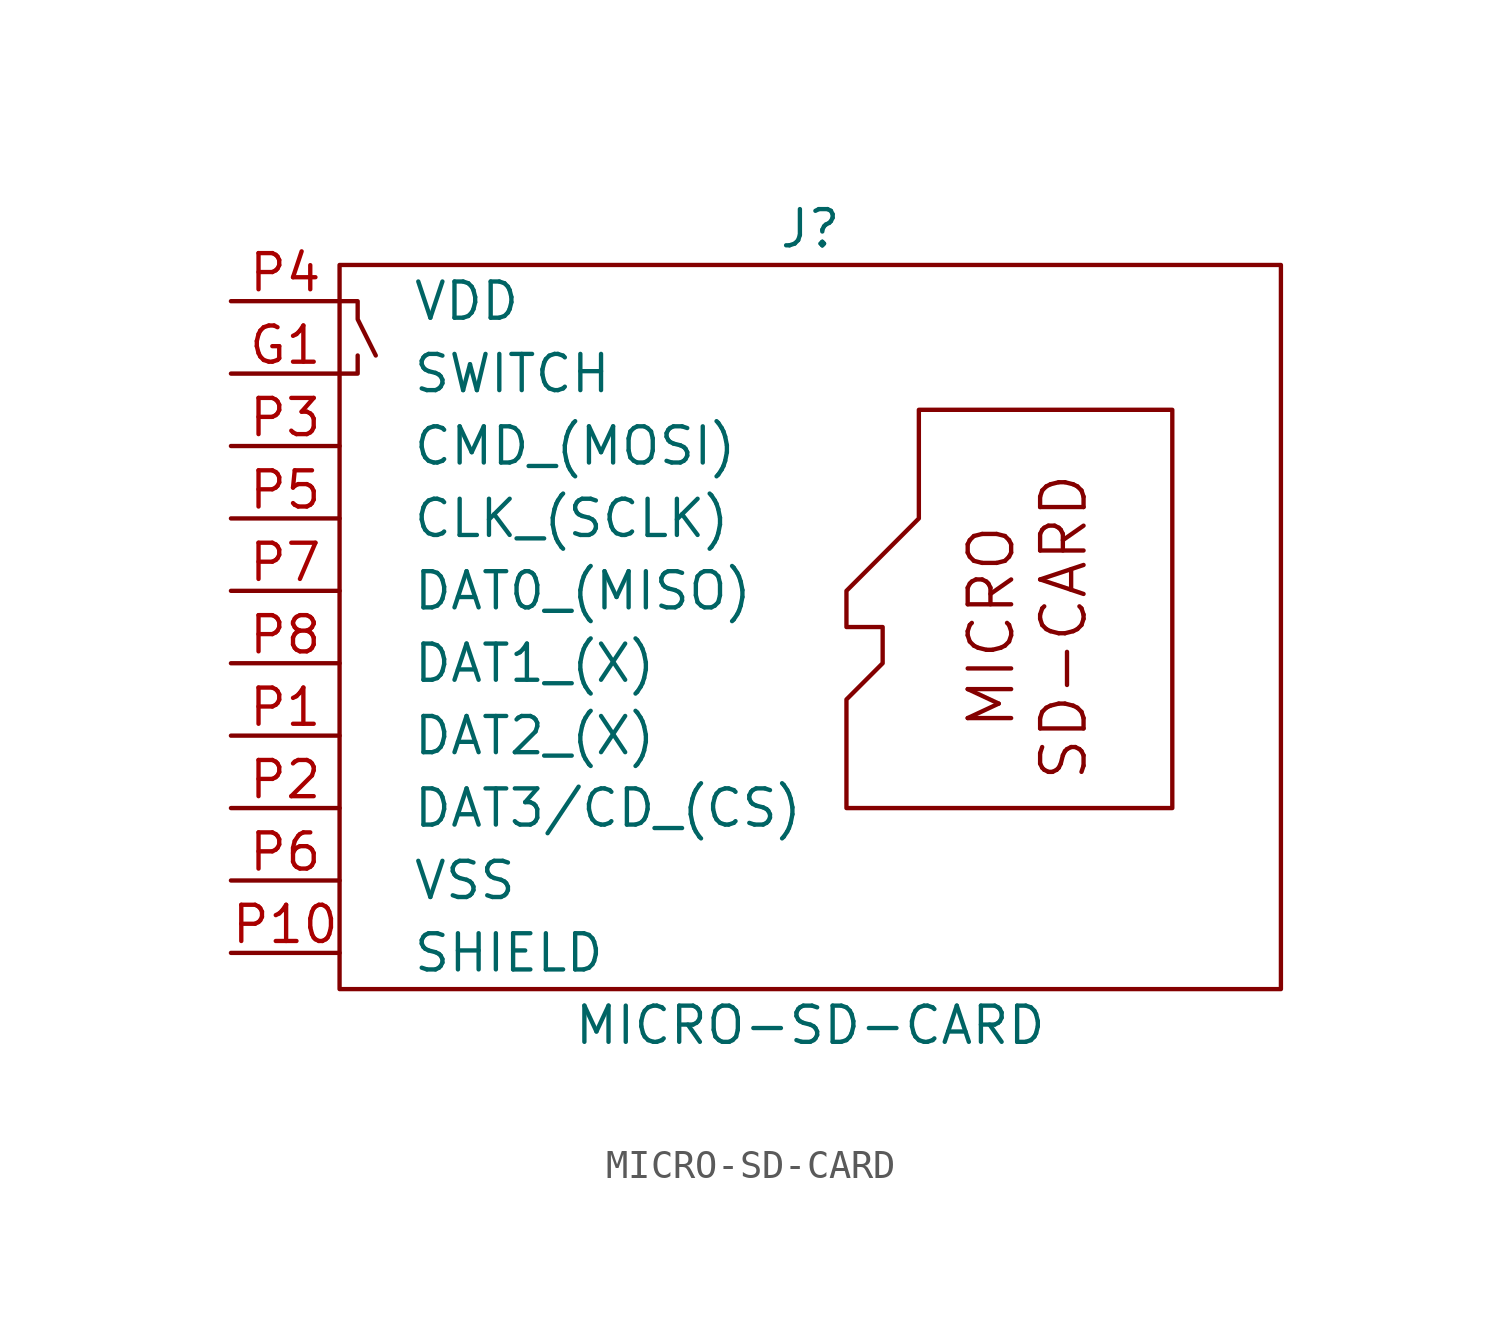
<source format=kicad_sym>
(kicad_symbol_lib
  (version 20211014)
  (generator kicad_symbol_editor)
  (symbol "MICRO-SD-CARD"
    (pin_names
      (offset 2.54))
    (property "Reference" "J"
      (at 0 12.7 0)
      (effects (font (size 1.27 1.27))))
    (property "Value" "MICRO-SD-CARD"
      (at 0 -15.24 0)
      (effects (font (size 1.27 1.27))))
    (symbol "MICRO-SD-CARD_0_0"
      (text "MICRO" (at 6.35 -1.27 900) (effects (font (size 1.524 1.524))))
      (text "SD-CARD" (at 8.89 -1.27 900) (effects (font (size 1.524 1.524)))))
    (symbol "MICRO-SD-CARD_0_1"
      (rectangle (start -16.51 11.43) (end 16.51 -13.97) (stroke (width 0) (type default) (color 0 0 0 0)) (fill (type none)))
      (polyline (pts (xy -16.51 7.62) (xy -15.875 7.62) (xy -15.875 8.255)) (stroke (width 0) (type default) (color 0 0 0 0)) (fill (type none)))
      (polyline (pts (xy -16.51 10.16) (xy -15.875 10.16) (xy -15.875 9.525) (xy -15.24 8.255)) (stroke (width 0) (type default) (color 0 0 0 0)) (fill (type none)))
      (polyline (pts (xy 1.27 -7.62) (xy 12.7 -7.62) (xy 12.7 6.35) (xy 3.81 6.35) (xy 3.81 2.54) (xy 1.27 0) (xy 1.27 -1.27) (xy 2.54 -1.27) (xy 2.54 -2.54) (xy 1.27 -3.81) (xy 1.27 -7.62)) (stroke (width 0) (type default) (color 0 0 0 0)) (fill (type none))))
    (symbol "MICRO-SD-CARD_1_1"
      (pin passive line (at -20.32 7.62 0) (length 3.81) (name "SWITCH" (effects (font (size 1.27 1.27)))) (number "G1" (effects (font (size 1.27 1.27)))))
      (pin bidirectional line (at -20.32 -5.08 0) (length 3.81) (name "DAT2_(X)" (effects (font (size 1.27 1.27)))) (number "P1" (effects (font (size 1.27 1.27)))))
      (pin passive line (at -20.32 -12.7 0) (length 3.81) (name "SHIELD" (effects (font (size 1.27 1.27)))) (number "P10" (effects (font (size 1.27 1.27)))))
      (pin bidirectional line (at -20.32 -7.62 0) (length 3.81) (name "DAT3/CD_(CS)" (effects (font (size 1.27 1.27)))) (number "P2" (effects (font (size 1.27 1.27)))))
      (pin input line (at -20.32 5.08 0) (length 3.81) (name "CMD_(MOSI)" (effects (font (size 1.27 1.27)))) (number "P3" (effects (font (size 1.27 1.27)))))
      (pin power_in line (at -20.32 10.16 0) (length 3.81) (name "VDD" (effects (font (size 1.27 1.27)))) (number "P4" (effects (font (size 1.27 1.27)))))
      (pin input line (at -20.32 2.54 0) (length 3.81) (name "CLK_(SCLK)" (effects (font (size 1.27 1.27)))) (number "P5" (effects (font (size 1.27 1.27)))))
      (pin power_in line (at -20.32 -10.16 0) (length 3.81) (name "VSS" (effects (font (size 1.27 1.27)))) (number "P6" (effects (font (size 1.27 1.27)))))
      (pin input line (at -20.32 0 0) (length 3.81) (name "DAT0_(MISO)" (effects (font (size 1.27 1.27)))) (number "P7" (effects (font (size 1.27 1.27)))))
      (pin input line (at -20.32 -2.54 0) (length 3.81) (name "DAT1_(X)" (effects (font (size 1.27 1.27)))) (number "P8" (effects (font (size 1.27 1.27))))))))
</source>
